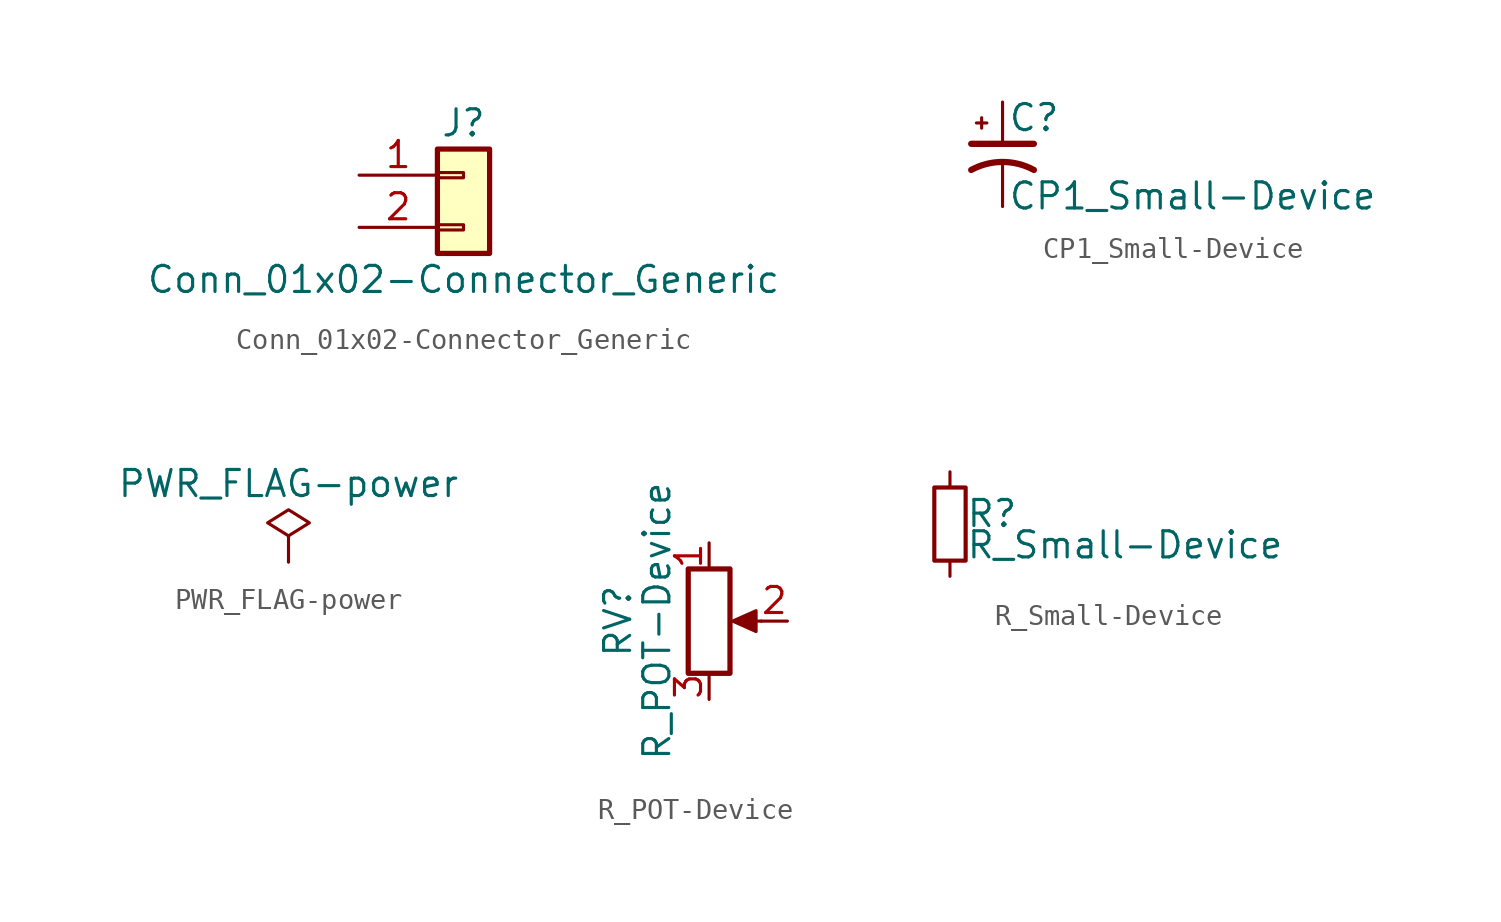
<source format=kicad_sym>
(kicad_symbol_lib
  (version 20220914)
  (generator kicad_symbol_editor)
  (symbol "Conn_01x02-Connector_Generic"
    (pin_names
      (offset 1.016) hide)
    (property "Reference" "J"
      (at 0 2.54 0)
      (effects (font (size 1.27 1.27))))
    (property "Value" "Conn_01x02-Connector_Generic"
      (at 0 -5.08 0)
      (effects (font (size 1.27 1.27))))
    (symbol "Conn_01x02-Connector_Generic_1_1"
      (rectangle (start -1.27 -2.413) (end 0 -2.667) (stroke (width 0.152) (type solid)) (fill (type none)))
      (rectangle (start -1.27 0.127) (end 0 -0.127) (stroke (width 0.152) (type solid)) (fill (type none)))
      (rectangle (start -1.27 1.27) (end 1.27 -3.81) (stroke (width 0.254) (type solid)) (fill (type background)))
      (pin passive line (at -5.08 0 0) (length 3.81) (name "Pin_1" (effects (font (size 1.27 1.27)))) (number "1" (effects (font (size 1.27 1.27)))))
      (pin passive line (at -5.08 -2.54 0) (length 3.81) (name "Pin_2" (effects (font (size 1.27 1.27)))) (number "2" (effects (font (size 1.27 1.27)))))))
  (symbol "CP1_Small-Device"
    (pin_numbers hide)
    (pin_names
      (offset 0.254) hide)
    (property "Reference" "C"
      (at 0.254 1.778 0)
      (effects (font (size 1.27 1.27)) (justify left)))
    (property "Value" "CP1_Small-Device"
      (at 0.254 -2.032 0)
      (effects (font (size 1.27 1.27)) (justify left)))
    (symbol "CP1_Small-Device_0_1"
      (polyline (pts (xy -1.524 0.508) (xy 1.524 0.508)) (stroke (width 0.305) (type solid)) (fill (type none)))
      (polyline (pts (xy -1.27 1.524) (xy -0.762 1.524)) (stroke (width 0) (type solid)) (fill (type none)))
      (polyline (pts (xy -1.016 1.27) (xy -1.016 1.778)) (stroke (width 0) (type solid)) (fill (type none)))
      (arc (start 1.524 -0.762) (mid 0 -0.3734) (end -1.524 -0.762) (stroke (width 0.3048) (type solid)) (fill (type none))))
    (symbol "CP1_Small-Device_1_1"
      (pin passive line (at 0 2.54 270) (length 2.032) (name "~" (effects (font (size 1.27 1.27)))) (number "1" (effects (font (size 1.27 1.27)))))
      (pin passive line (at 0 -2.54 90) (length 2.032) (name "~" (effects (font (size 1.27 1.27)))) (number "2" (effects (font (size 1.27 1.27)))))))
  (symbol "PWR_FLAG-power"
    (power)
    (pin_numbers hide)
    (pin_names
      (offset 0) hide)
    (property "Reference" "#FLG"
      (at 0 1.905 0)
      (effects (font (size 1.27 1.27)) hide))
    (property "Value" "PWR_FLAG-power"
      (at 0 3.81 0)
      (effects (font (size 1.27 1.27))))
    (symbol "PWR_FLAG-power_0_0"
      (pin power_out line (at 0 0 90) (length 0) (name "pwr" (effects (font (size 1.27 1.27)))) (number "1" (effects (font (size 1.27 1.27))))))
    (symbol "PWR_FLAG-power_0_1"
      (polyline (pts (xy 0 0) (xy 0 1.27) (xy -1.016 1.905) (xy 0 2.54) (xy 1.016 1.905) (xy 0 1.27)) (stroke (width 0) (type solid)) (fill (type none)))))
  (symbol "R_POT-Device"
    (pin_names
      (offset 1.016) hide)
    (property "Reference" "RV"
      (at -4.445 0 90)
      (effects (font (size 1.27 1.27))))
    (property "Value" "R_POT-Device"
      (at -2.54 0 90)
      (effects (font (size 1.27 1.27))))
    (symbol "R_POT-Device_0_1"
      (polyline (pts (xy 2.54 0) (xy 1.524 0)) (stroke (width 0) (type solid)) (fill (type none)))
      (polyline (pts (xy 1.143 0) (xy 2.286 0.508) (xy 2.286 -0.508) (xy 1.143 0)) (stroke (width 0) (type solid)) (fill (type outline)))
      (rectangle (start 1.016 2.54) (end -1.016 -2.54) (stroke (width 0.254) (type solid)) (fill (type none))))
    (symbol "R_POT-Device_1_1"
      (pin passive line (at 0 3.81 270) (length 1.27) (name "1" (effects (font (size 1.27 1.27)))) (number "1" (effects (font (size 1.27 1.27)))))
      (pin passive line (at 3.81 0 180) (length 1.27) (name "2" (effects (font (size 1.27 1.27)))) (number "2" (effects (font (size 1.27 1.27)))))
      (pin passive line (at 0 -3.81 90) (length 1.27) (name "3" (effects (font (size 1.27 1.27)))) (number "3" (effects (font (size 1.27 1.27)))))))
  (symbol "R_Small-Device"
    (pin_numbers hide)
    (pin_names
      (offset 0.254) hide)
    (property "Reference" "R"
      (at 0.762 0.508 0)
      (effects (font (size 1.27 1.27)) (justify left)))
    (property "Value" "R_Small-Device"
      (at 0.762 -1.016 0)
      (effects (font (size 1.27 1.27)) (justify left)))
    (symbol "R_Small-Device_0_1"
      (rectangle (start -0.762 1.778) (end 0.762 -1.778) (stroke (width 0.203) (type solid)) (fill (type none))))
    (symbol "R_Small-Device_1_1"
      (pin passive line (at 0 2.54 270) (length 0.762) (name "~" (effects (font (size 1.27 1.27)))) (number "1" (effects (font (size 1.27 1.27)))))
      (pin passive line (at 0 -2.54 90) (length 0.762) (name "~" (effects (font (size 1.27 1.27)))) (number "2" (effects (font (size 1.27 1.27))))))))
</source>
